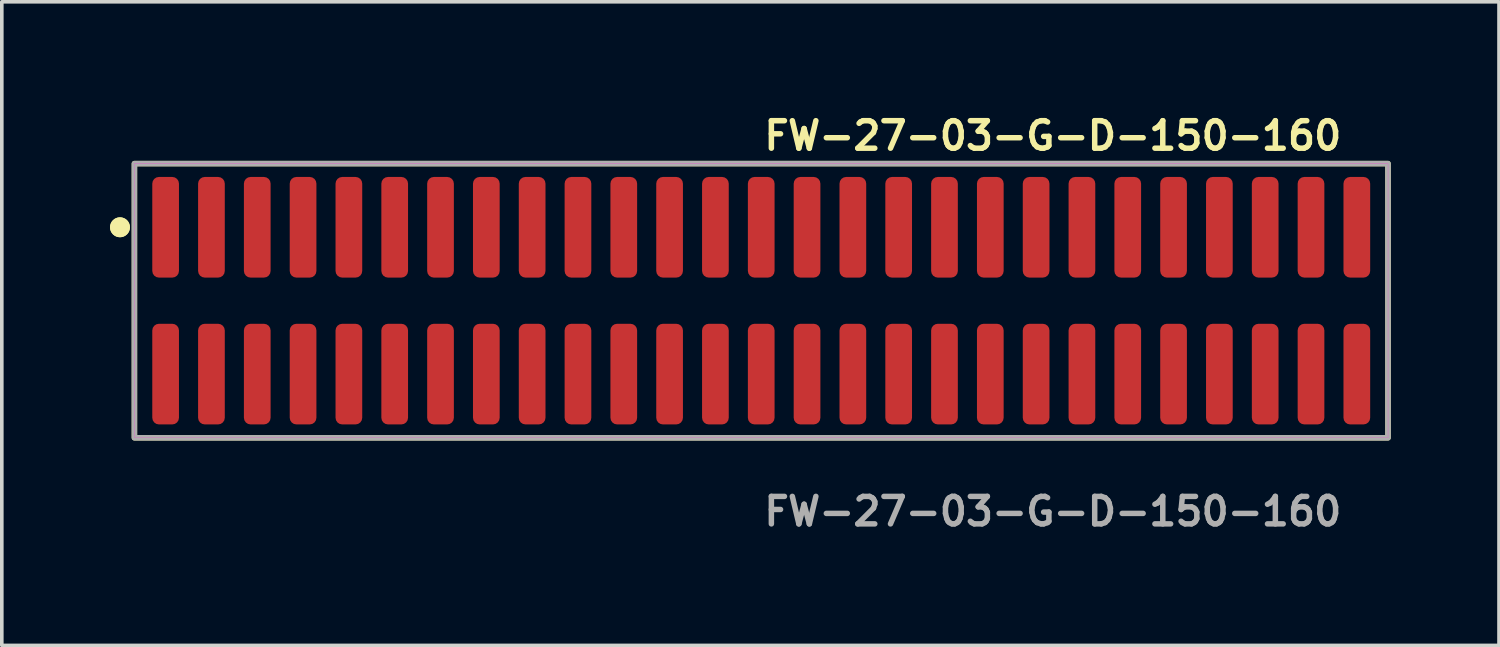
<source format=kicad_pcb>
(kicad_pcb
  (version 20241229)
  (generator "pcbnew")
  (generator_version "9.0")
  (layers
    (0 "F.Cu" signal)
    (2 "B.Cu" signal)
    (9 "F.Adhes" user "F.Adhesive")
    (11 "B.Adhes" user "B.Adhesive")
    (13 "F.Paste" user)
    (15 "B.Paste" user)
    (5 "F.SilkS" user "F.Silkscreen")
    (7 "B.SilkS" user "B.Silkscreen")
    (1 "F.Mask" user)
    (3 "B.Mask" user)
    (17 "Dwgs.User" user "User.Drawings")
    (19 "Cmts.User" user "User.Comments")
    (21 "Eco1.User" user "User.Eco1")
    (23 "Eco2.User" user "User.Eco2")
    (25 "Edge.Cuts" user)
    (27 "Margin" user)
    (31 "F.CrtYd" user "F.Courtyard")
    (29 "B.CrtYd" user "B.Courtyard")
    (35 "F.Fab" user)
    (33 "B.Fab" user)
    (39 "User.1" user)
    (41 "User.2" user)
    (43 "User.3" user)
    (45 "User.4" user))
  (footprint "FW-27-03-G-D-150-160"
    (layer "F.Cu")
    (at 18.051 5.285)
    (property "Reference" "FW-27-03-G-D-150-160" (at 0 -4.572 0) (unlocked yes) (layer "F.SilkS") (effects (font (size 0.762 0.762) (thickness 0.152)) (justify left)))
    (fp_rect (start -17.375 3.8) (end 17.375 -3.8) (stroke (width 0.152) (type solid)) (fill no) (layer "F.SilkS"))
    (fp_circle (center -17.775 -2.035) (end -17.975 -2.035) (stroke (width 0.152) (type solid)) (fill yes) (layer "F.SilkS"))
    (fp_circle (center -17.775 -2.035) (end -17.975 -2.035) (stroke (width 0.152) (type solid)) (fill yes) (layer "F.SilkS"))
    (fp_rect (start -17.375 3.8) (end 17.375 -3.8) (stroke (width 0.006) (type solid)) (fill no) (layer "F.CrtYd"))
    (fp_rect (start -17.375 3.8) (end 17.375 -3.8) (stroke (width 0.152) (type solid)) (fill no) (layer "F.Fab"))
    (fp_text user "${REFERENCE}" (at 0 5.842 0) (unlocked yes) (layer "F.Fab") (effects (font (size 0.762 0.762) (thickness 0.152)) (justify left)))
    (pad "1" smd roundrect (at -16.51 -2.035) (size 0.74 2.79) (layers "F.Cu" "F.Paste") (roundrect_rratio 0.25))
    (pad "2" smd roundrect (at -16.51 2.035) (size 0.74 2.79) (layers "F.Cu" "F.Paste") (roundrect_rratio 0.25))
    (pad "3" smd roundrect (at -15.24 -2.035) (size 0.74 2.79) (layers "F.Cu" "F.Paste") (roundrect_rratio 0.25))
    (pad "4" smd roundrect (at -15.24 2.035) (size 0.74 2.79) (layers "F.Cu" "F.Paste") (roundrect_rratio 0.25))
    (pad "5" smd roundrect (at -13.97 -2.035) (size 0.74 2.79) (layers "F.Cu" "F.Paste") (roundrect_rratio 0.25))
    (pad "6" smd roundrect (at -13.97 2.035) (size 0.74 2.79) (layers "F.Cu" "F.Paste") (roundrect_rratio 0.25))
    (pad "7" smd roundrect (at -12.7 -2.035) (size 0.74 2.79) (layers "F.Cu" "F.Paste") (roundrect_rratio 0.25))
    (pad "8" smd roundrect (at -12.7 2.035) (size 0.74 2.79) (layers "F.Cu" "F.Paste") (roundrect_rratio 0.25))
    (pad "9" smd roundrect (at -11.43 -2.035) (size 0.74 2.79) (layers "F.Cu" "F.Paste") (roundrect_rratio 0.25))
    (pad "10" smd roundrect (at -11.43 2.035) (size 0.74 2.79) (layers "F.Cu" "F.Paste") (roundrect_rratio 0.25))
    (pad "11" smd roundrect (at -10.16 -2.035) (size 0.74 2.79) (layers "F.Cu" "F.Paste") (roundrect_rratio 0.25))
    (pad "12" smd roundrect (at -10.16 2.035) (size 0.74 2.79) (layers "F.Cu" "F.Paste") (roundrect_rratio 0.25))
    (pad "13" smd roundrect (at -8.89 -2.035) (size 0.74 2.79) (layers "F.Cu" "F.Paste") (roundrect_rratio 0.25))
    (pad "14" smd roundrect (at -8.89 2.035) (size 0.74 2.79) (layers "F.Cu" "F.Paste") (roundrect_rratio 0.25))
    (pad "15" smd roundrect (at -7.62 -2.035) (size 0.74 2.79) (layers "F.Cu" "F.Paste") (roundrect_rratio 0.25))
    (pad "16" smd roundrect (at -7.62 2.035) (size 0.74 2.79) (layers "F.Cu" "F.Paste") (roundrect_rratio 0.25))
    (pad "17" smd roundrect (at -6.35 -2.035) (size 0.74 2.79) (layers "F.Cu" "F.Paste") (roundrect_rratio 0.25))
    (pad "18" smd roundrect (at -6.35 2.035) (size 0.74 2.79) (layers "F.Cu" "F.Paste") (roundrect_rratio 0.25))
    (pad "19" smd roundrect (at -5.08 -2.035) (size 0.74 2.79) (layers "F.Cu" "F.Paste") (roundrect_rratio 0.25))
    (pad "20" smd roundrect (at -5.08 2.035) (size 0.74 2.79) (layers "F.Cu" "F.Paste") (roundrect_rratio 0.25))
    (pad "21" smd roundrect (at -3.81 -2.035) (size 0.74 2.79) (layers "F.Cu" "F.Paste") (roundrect_rratio 0.25))
    (pad "22" smd roundrect (at -3.81 2.035) (size 0.74 2.79) (layers "F.Cu" "F.Paste") (roundrect_rratio 0.25))
    (pad "23" smd roundrect (at -2.54 -2.035) (size 0.74 2.79) (layers "F.Cu" "F.Paste") (roundrect_rratio 0.25))
    (pad "24" smd roundrect (at -2.54 2.035) (size 0.74 2.79) (layers "F.Cu" "F.Paste") (roundrect_rratio 0.25))
    (pad "25" smd roundrect (at -1.27 -2.035) (size 0.74 2.79) (layers "F.Cu" "F.Paste") (roundrect_rratio 0.25))
    (pad "26" smd roundrect (at -1.27 2.035) (size 0.74 2.79) (layers "F.Cu" "F.Paste") (roundrect_rratio 0.25))
    (pad "27" smd roundrect (at 0 -2.035) (size 0.74 2.79) (layers "F.Cu" "F.Paste") (roundrect_rratio 0.25))
    (pad "28" smd roundrect (at 0 2.035) (size 0.74 2.79) (layers "F.Cu" "F.Paste") (roundrect_rratio 0.25))
    (pad "29" smd roundrect (at 1.27 -2.035) (size 0.74 2.79) (layers "F.Cu" "F.Paste") (roundrect_rratio 0.25))
    (pad "30" smd roundrect (at 1.27 2.035) (size 0.74 2.79) (layers "F.Cu" "F.Paste") (roundrect_rratio 0.25))
    (pad "31" smd roundrect (at 2.54 -2.035) (size 0.74 2.79) (layers "F.Cu" "F.Paste") (roundrect_rratio 0.25))
    (pad "32" smd roundrect (at 2.54 2.035) (size 0.74 2.79) (layers "F.Cu" "F.Paste") (roundrect_rratio 0.25))
    (pad "33" smd roundrect (at 3.81 -2.035) (size 0.74 2.79) (layers "F.Cu" "F.Paste") (roundrect_rratio 0.25))
    (pad "34" smd roundrect (at 3.81 2.035) (size 0.74 2.79) (layers "F.Cu" "F.Paste") (roundrect_rratio 0.25))
    (pad "35" smd roundrect (at 5.08 -2.035) (size 0.74 2.79) (layers "F.Cu" "F.Paste") (roundrect_rratio 0.25))
    (pad "36" smd roundrect (at 5.08 2.035) (size 0.74 2.79) (layers "F.Cu" "F.Paste") (roundrect_rratio 0.25))
    (pad "37" smd roundrect (at 6.35 -2.035) (size 0.74 2.79) (layers "F.Cu" "F.Paste") (roundrect_rratio 0.25))
    (pad "38" smd roundrect (at 6.35 2.035) (size 0.74 2.79) (layers "F.Cu" "F.Paste") (roundrect_rratio 0.25))
    (pad "39" smd roundrect (at 7.62 -2.035) (size 0.74 2.79) (layers "F.Cu" "F.Paste") (roundrect_rratio 0.25))
    (pad "40" smd roundrect (at 7.62 2.035) (size 0.74 2.79) (layers "F.Cu" "F.Paste") (roundrect_rratio 0.25))
    (pad "41" smd roundrect (at 8.89 -2.035) (size 0.74 2.79) (layers "F.Cu" "F.Paste") (roundrect_rratio 0.25))
    (pad "42" smd roundrect (at 8.89 2.035) (size 0.74 2.79) (layers "F.Cu" "F.Paste") (roundrect_rratio 0.25))
    (pad "43" smd roundrect (at 10.16 -2.035) (size 0.74 2.79) (layers "F.Cu" "F.Paste") (roundrect_rratio 0.25))
    (pad "44" smd roundrect (at 10.16 2.035) (size 0.74 2.79) (layers "F.Cu" "F.Paste") (roundrect_rratio 0.25))
    (pad "45" smd roundrect (at 11.43 -2.035) (size 0.74 2.79) (layers "F.Cu" "F.Paste") (roundrect_rratio 0.25))
    (pad "46" smd roundrect (at 11.43 2.035) (size 0.74 2.79) (layers "F.Cu" "F.Paste") (roundrect_rratio 0.25))
    (pad "47" smd roundrect (at 12.7 -2.035) (size 0.74 2.79) (layers "F.Cu" "F.Paste") (roundrect_rratio 0.25))
    (pad "48" smd roundrect (at 12.7 2.035) (size 0.74 2.79) (layers "F.Cu" "F.Paste") (roundrect_rratio 0.25))
    (pad "49" smd roundrect (at 13.97 -2.035) (size 0.74 2.79) (layers "F.Cu" "F.Paste") (roundrect_rratio 0.25))
    (pad "50" smd roundrect (at 13.97 2.035) (size 0.74 2.79) (layers "F.Cu" "F.Paste") (roundrect_rratio 0.25))
    (pad "51" smd roundrect (at 15.24 -2.035) (size 0.74 2.79) (layers "F.Cu" "F.Paste") (roundrect_rratio 0.25))
    (pad "52" smd roundrect (at 15.24 2.035) (size 0.74 2.79) (layers "F.Cu" "F.Paste") (roundrect_rratio 0.25))
    (pad "53" smd roundrect (at 16.51 -2.035) (size 0.74 2.79) (layers "F.Cu" "F.Paste") (roundrect_rratio 0.25))
    (pad "54" smd roundrect (at 16.51 2.035) (size 0.74 2.79) (layers "F.Cu" "F.Paste") (roundrect_rratio 0.25)))
  (gr_rect
    (start -3 -3)
    (end 38.502 14.84)
    (stroke (width 0.1) (type default))
    (fill no)
    (layer "Edge.Cuts")))
</source>
